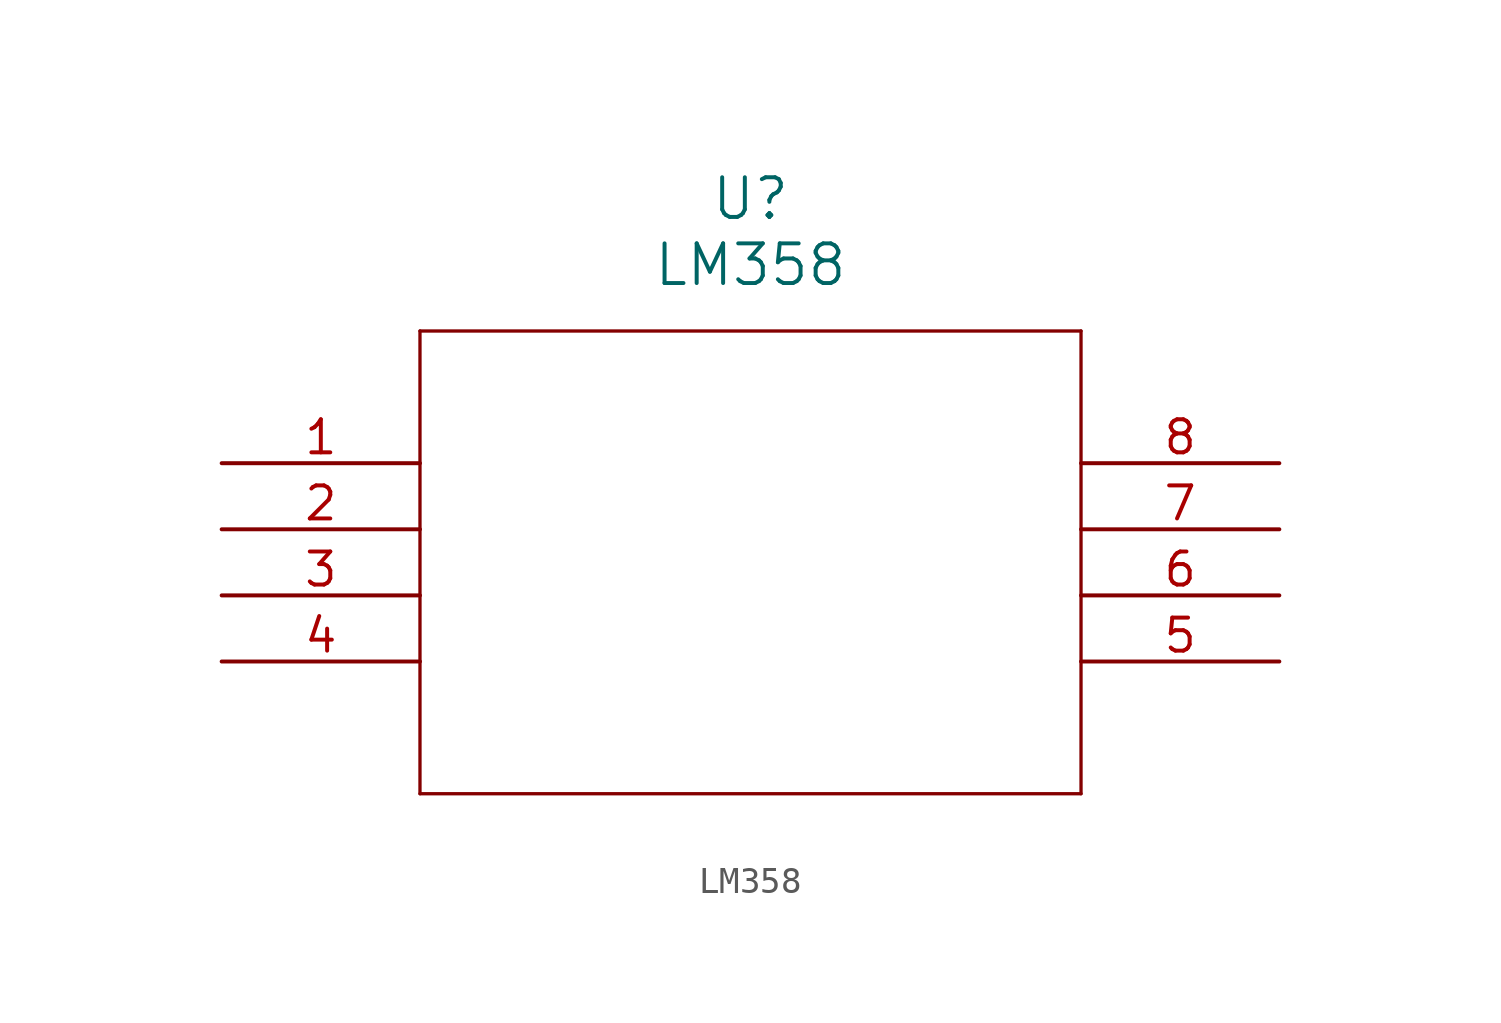
<source format=kicad_sym>
(kicad_symbol_lib
  (version 20211014)
  (generator kicad_symbol_editor)
  (symbol "LM358"
    (pin_names
      (offset 0.254))
    (property "Reference" "U"
      (at 20.32 10.16 0)
      (effects (font (size 1.524 1.524))))
    (property "Value" "LM358"
      (at 20.32 7.62 0)
      (effects (font (size 1.524 1.524))))
    (symbol "LM358_0_1"
      (polyline (pts (xy 7.62 5.08) (xy 7.62 -12.7)) (stroke (width 0.127) (type default) (color 0 0 0 0)) (fill (type none)))
      (polyline (pts (xy 7.62 -12.7) (xy 33.02 -12.7)) (stroke (width 0.127) (type default) (color 0 0 0 0)) (fill (type none)))
      (polyline (pts (xy 33.02 -12.7) (xy 33.02 5.08)) (stroke (width 0.127) (type default) (color 0 0 0 0)) (fill (type none)))
      (polyline (pts (xy 33.02 5.08) (xy 7.62 5.08)) (stroke (width 0.127) (type default) (color 0 0 0 0)) (fill (type none)))
      (pin unspecified line (at 0 0 0) (length 7.62) (name "" (effects (font (size 1.27 1.27)))) (number "1" (effects (font (size 1.27 1.27)))))
      (pin unspecified line (at 0 -2.54 0) (length 7.62) (name "" (effects (font (size 1.27 1.27)))) (number "2" (effects (font (size 1.27 1.27)))))
      (pin unspecified line (at 0 -5.08 0) (length 7.62) (name "" (effects (font (size 1.27 1.27)))) (number "3" (effects (font (size 1.27 1.27)))))
      (pin unspecified line (at 0 -7.62 0) (length 7.62) (name "" (effects (font (size 1.27 1.27)))) (number "4" (effects (font (size 1.27 1.27)))))
      (pin unspecified line (at 40.64 -7.62 180) (length 7.62) (name "" (effects (font (size 1.27 1.27)))) (number "5" (effects (font (size 1.27 1.27)))))
      (pin unspecified line (at 40.64 -5.08 180) (length 7.62) (name "" (effects (font (size 1.27 1.27)))) (number "6" (effects (font (size 1.27 1.27)))))
      (pin unspecified line (at 40.64 -2.54 180) (length 7.62) (name "" (effects (font (size 1.27 1.27)))) (number "7" (effects (font (size 1.27 1.27)))))
      (pin unspecified line (at 40.64 0 180) (length 7.62) (name "" (effects (font (size 1.27 1.27)))) (number "8" (effects (font (size 1.27 1.27))))))))
</source>
